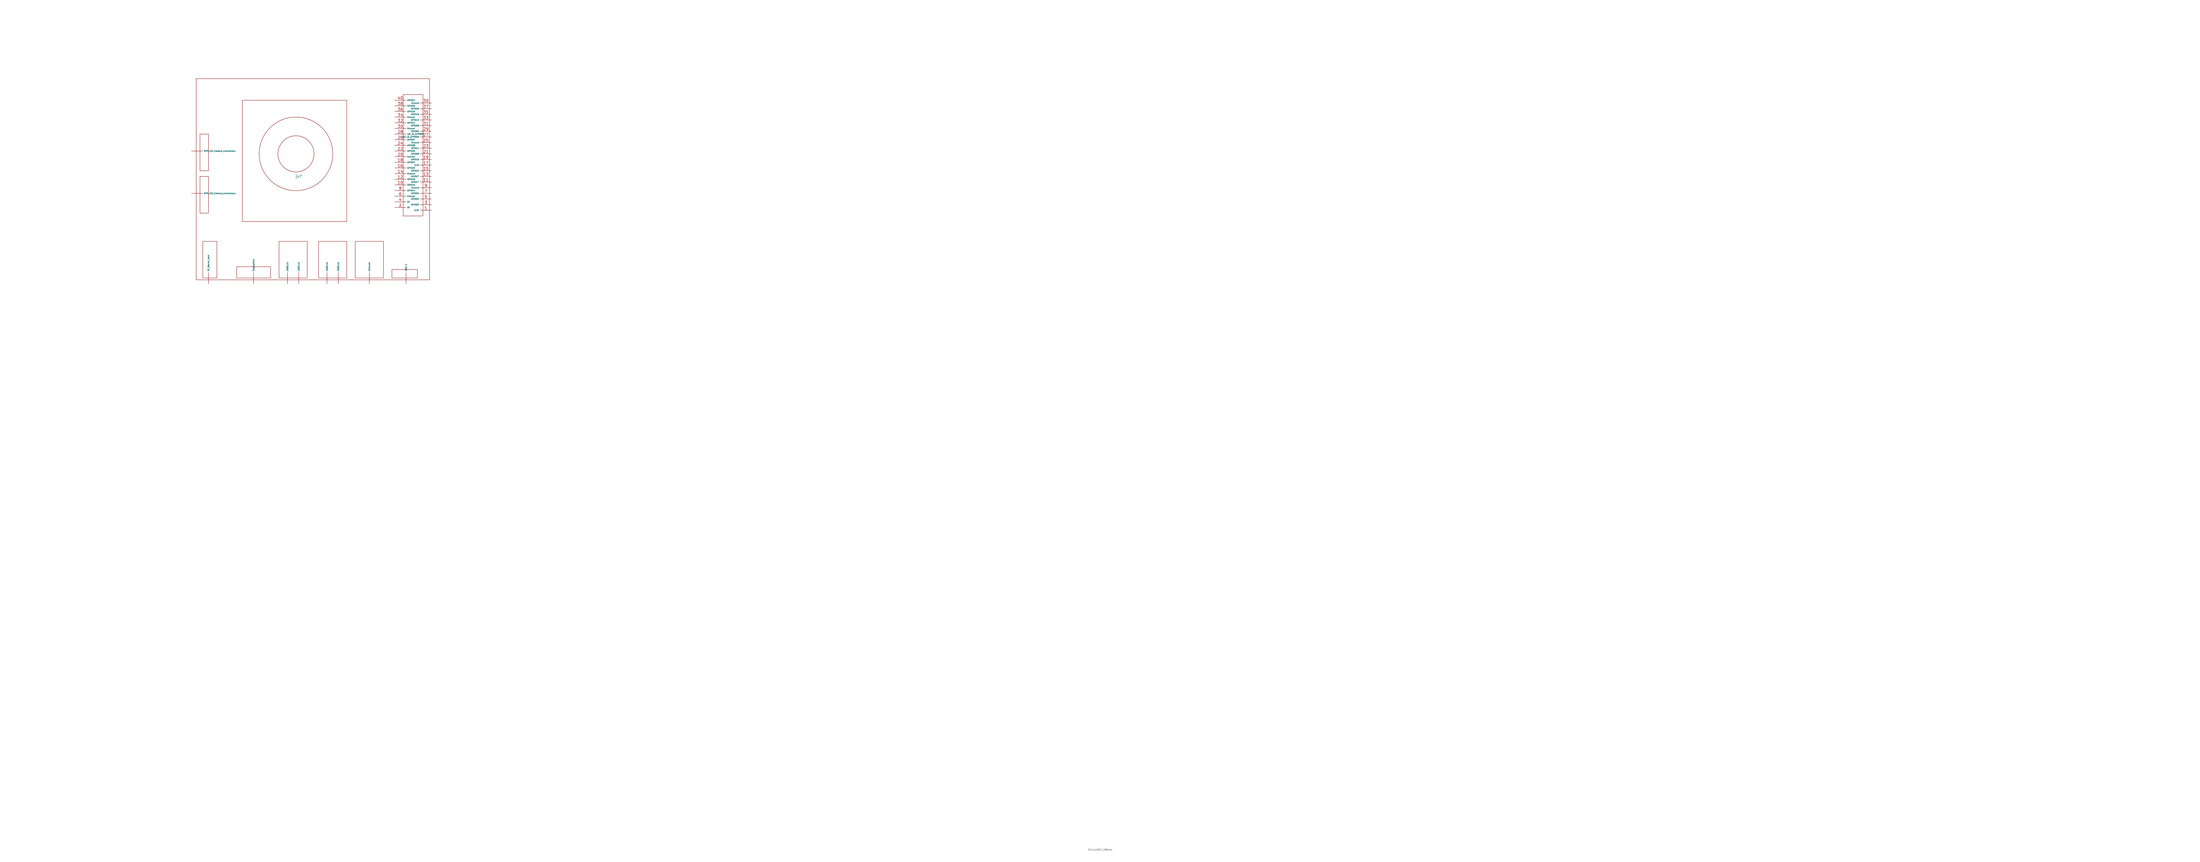
<source format=kicad_sym>
(kicad_symbol_lib
  (version 20241209)
  (generator "kicad_symbol_editor")
  (generator_version "9.0")
  (symbol "JetsonOrinNano"
    (property "Reference" "jn"
      (at 0 0 0)
      (effects (font (size 1.27 1.27))))
    (property "Value" ""
      (at 0 0 0)
      (effects (font (size 1.27 1.27))))
    (symbol "JetsonOrinNano_0_1"
      (rectangle (start -46.15 43.98) (end 58.85 -46.52) (stroke (width 0) (type default)) (fill (type none)))
      (rectangle (start -44.45 19.05) (end -40.64 2.54) (stroke (width 0) (type default)) (fill (type none)))
      (rectangle (start -44.45 0) (end -40.64 -16.51) (stroke (width 0) (type default)) (fill (type none)))
      (rectangle (start -43.18 -29.21) (end -36.83 -45.72) (stroke (width 0) (type default)) (fill (type none)))
      (rectangle (start -27.94 -40.64) (end -12.7 -45.72) (stroke (width 0) (type default)) (fill (type none)))
      (rectangle (start -25.4 34.29) (end 21.59 -20.32) (stroke (width 0) (type default)) (fill (type none)))
      (rectangle (start -8.89 -29.21) (end 3.81 -45.72) (stroke (width 0) (type default)) (fill (type none)))
      (circle (center -1.27 10.16) (radius 8.132) (stroke (width 0) (type default)) (fill (type none)))
      (circle (center -1.27 10.16) (radius 16.559) (stroke (width 0) (type default)) (fill (type none)))
      (rectangle (start 8.89 -29.21) (end 21.59 -45.72) (stroke (width 0) (type default)) (fill (type none)))
      (rectangle (start 25.4 -29.21) (end 38.1 -45.72) (stroke (width 0) (type default)) (fill (type none)))
      (rectangle (start 41.91 -41.91) (end 53.34 -45.72) (stroke (width 0) (type default)) (fill (type none)))
      (rectangle (start 46.99 36.83) (end 55.88 -17.78) (stroke (width 0) (type default)) (fill (type none)))
      (rectangle (start 769.62 -270.51) (end 769.62 -270.51) (stroke (width 0) (type default)) (fill (type none))))
    (symbol "JetsonOrinNano_1_1"
      (pin bidirectional line (at -48.26 11.43 0) (length 5) (name "MIPI_CSI_Camera_Connectors" (effects (font (size 0.65 0.65)))) (number "" (effects (font (size 1.27 1.27)))))
      (pin bidirectional line (at -48.26 -7.62 0) (length 5) (name "MIPI_CSI_Camera_Connectors" (effects (font (size 0.65 0.65)))) (number "" (effects (font (size 1.27 1.27)))))
      (pin bidirectional line (at -40.64 -48.26 90) (length 5) (name "DC_Barrel_Jack" (effects (font (size 0.65 0.65)))) (number "" (effects (font (size 1.27 1.27)))))
      (pin bidirectional line (at -20.32 -48.26 90) (length 5) (name "DisplayPort" (effects (font (size 0.65 0.65)))) (number "" (effects (font (size 1.27 1.27)))))
      (pin bidirectional line (at -5.08 -48.26 90) (length 5) (name "USB3.1A" (effects (font (size 0.65 0.65)))) (number "" (effects (font (size 1.27 1.27)))))
      (pin bidirectional line (at 0 -48.26 90) (length 5) (name "USB3.1A" (effects (font (size 0.65 0.65)))) (number "" (effects (font (size 1.27 1.27)))))
      (pin bidirectional line (at 12.7 -48.26 90) (length 5) (name "USB3.1A" (effects (font (size 0.65 0.65)))) (number "" (effects (font (size 1.27 1.27)))))
      (pin bidirectional line (at 17.78 -48.26 90) (length 5) (name "USB3.1A" (effects (font (size 0.65 0.65)))) (number "" (effects (font (size 1.27 1.27)))))
      (pin bidirectional line (at 31.75 -48.26 90) (length 5) (name "Ethernet" (effects (font (size 0.65 0.65)))) (number "" (effects (font (size 1.27 1.27)))))
      (pin bidirectional line (at 43.18 34.29 0) (length 5) (name "GPIO21" (effects (font (size 0.65 0.65)))) (number "40" (effects (font (size 1.27 1.27)))))
      (pin bidirectional line (at 43.18 31.75 0) (length 5) (name "GPIO20" (effects (font (size 0.65 0.65)))) (number "38" (effects (font (size 1.27 1.27)))))
      (pin bidirectional line (at 43.18 29.21 0) (length 5) (name "GPIO16" (effects (font (size 0.65 0.65)))) (number "36" (effects (font (size 1.27 1.27)))))
      (pin bidirectional line (at 43.18 26.67 0) (length 5) (name "Ground" (effects (font (size 0.65 0.65)))) (number "34" (effects (font (size 1.27 1.27)))))
      (pin bidirectional line (at 43.18 24.13 0) (length 5) (name "GPIO12" (effects (font (size 0.65 0.65)))) (number "32" (effects (font (size 1.27 1.27)))))
      (pin bidirectional line (at 43.18 21.59 0) (length 5) (name "Ground" (effects (font (size 0.65 0.65)))) (number "30" (effects (font (size 1.27 1.27)))))
      (pin bidirectional line (at 43.18 19.05 0) (length 5) (name "I2C_ID_EEPROM" (effects (font (size 0.65 0.65)))) (number "28" (effects (font (size 1.27 1.27)))))
      (pin bidirectional line (at 43.18 16.51 0) (length 5) (name "GPIO07" (effects (font (size 0.65 0.65)))) (number "26" (effects (font (size 1.27 1.27)))))
      (pin bidirectional line (at 43.18 13.97 0) (length 5) (name "GPIO08" (effects (font (size 0.65 0.65)))) (number "24" (effects (font (size 1.27 1.27)))))
      (pin bidirectional line (at 43.18 11.43 0) (length 5) (name "GPIO25" (effects (font (size 0.65 0.65)))) (number "22" (effects (font (size 1.27 1.27)))))
      (pin bidirectional line (at 43.18 8.89 0) (length 5) (name "Ground" (effects (font (size 0.65 0.65)))) (number "20" (effects (font (size 1.27 1.27)))))
      (pin bidirectional line (at 43.18 6.35 0) (length 5) (name "GPIO24" (effects (font (size 0.65 0.65)))) (number "18" (effects (font (size 1.27 1.27)))))
      (pin bidirectional line (at 43.18 3.81 0) (length 5) (name "GPIO23" (effects (font (size 0.65 0.65)))) (number "16" (effects (font (size 1.27 1.27)))))
      (pin bidirectional line (at 43.18 1.27 0) (length 5) (name "Ground" (effects (font (size 0.65 0.65)))) (number "14" (effects (font (size 1.27 1.27)))))
      (pin bidirectional line (at 43.18 -1.27 0) (length 5) (name "GPIO18" (effects (font (size 0.65 0.65)))) (number "12" (effects (font (size 1.27 1.27)))))
      (pin bidirectional line (at 43.18 -3.81 0) (length 5) (name "GPIO15" (effects (font (size 0.65 0.65)))) (number "10" (effects (font (size 1.27 1.27)))))
      (pin bidirectional line (at 43.18 -6.35 0) (length 5) (name "GPIO14" (effects (font (size 0.65 0.65)))) (number "8" (effects (font (size 1.27 1.27)))))
      (pin bidirectional line (at 43.18 -8.89 0) (length 5) (name "Ground" (effects (font (size 0.65 0.65)))) (number "6" (effects (font (size 1.27 1.27)))))
      (pin bidirectional line (at 43.18 -11.43 0) (length 5) (name "5V" (effects (font (size 0.65 0.65)))) (number "4" (effects (font (size 1.27 1.27)))))
      (pin bidirectional line (at 43.18 -13.97 0) (length 5) (name "5V" (effects (font (size 0.65 0.65)))) (number "2" (effects (font (size 1.27 1.27)))))
      (pin bidirectional line (at 48.26 -48.26 90) (length 5) (name "USB-C" (effects (font (size 0.65 0.65)))) (number "" (effects (font (size 1.27 1.27)))))
      (pin bidirectional line (at 59.69 33.02 180) (length 5) (name "Ground" (effects (font (size 0.65 0.65)))) (number "39" (effects (font (size 1.27 1.27)))))
      (pin bidirectional line (at 59.69 30.48 180) (length 5) (name "GPIO26" (effects (font (size 0.65 0.65)))) (number "37" (effects (font (size 1.27 1.27)))))
      (pin bidirectional line (at 59.69 27.94 180) (length 5) (name "GPIO19" (effects (font (size 0.65 0.65)))) (number "35" (effects (font (size 1.27 1.27)))))
      (pin bidirectional line (at 59.69 25.4 180) (length 5) (name "GPIO13" (effects (font (size 0.65 0.65)))) (number "33" (effects (font (size 1.27 1.27)))))
      (pin bidirectional line (at 59.69 22.86 180) (length 5) (name "GPIO06" (effects (font (size 0.65 0.65)))) (number "31" (effects (font (size 1.27 1.27)))))
      (pin bidirectional line (at 59.69 20.32 180) (length 5) (name "GPIO05" (effects (font (size 0.65 0.65)))) (number "29" (effects (font (size 1.27 1.27)))))
      (pin bidirectional line (at 59.69 17.78 180) (length 5) (name "I2C_ID_EEPROM" (effects (font (size 0.65 0.65)))) (number "27" (effects (font (size 1.27 1.27)))))
      (pin bidirectional line (at 59.69 15.24 180) (length 5) (name "Ground" (effects (font (size 0.65 0.65)))) (number "25" (effects (font (size 1.27 1.27)))))
      (pin bidirectional line (at 59.69 12.7 180) (length 5) (name "GPIO11" (effects (font (size 0.65 0.65)))) (number "23" (effects (font (size 1.27 1.27)))))
      (pin bidirectional line (at 59.69 10.16 180) (length 5) (name "GPIO09" (effects (font (size 0.65 0.65)))) (number "21" (effects (font (size 1.27 1.27)))))
      (pin bidirectional line (at 59.69 7.62 180) (length 5) (name "GPIO19" (effects (font (size 0.65 0.65)))) (number "19" (effects (font (size 1.27 1.27)))))
      (pin bidirectional line (at 59.69 5.08 180) (length 5) (name "3.3V" (effects (font (size 0.65 0.65)))) (number "17" (effects (font (size 1.27 1.27)))))
      (pin bidirectional line (at 59.69 2.54 180) (length 5) (name "GPIO22" (effects (font (size 0.65 0.65)))) (number "15" (effects (font (size 1.27 1.27)))))
      (pin bidirectional line (at 59.69 0 180) (length 5) (name "GPIO27" (effects (font (size 0.65 0.65)))) (number "13" (effects (font (size 1.27 1.27)))))
      (pin bidirectional line (at 59.69 -2.54 180) (length 5) (name "GPIO17" (effects (font (size 0.65 0.65)))) (number "11" (effects (font (size 1.27 1.27)))))
      (pin bidirectional line (at 59.69 -5.08 180) (length 5) (name "Ground" (effects (font (size 0.65 0.65)))) (number "9" (effects (font (size 1.27 1.27)))))
      (pin bidirectional line (at 59.69 -7.62 180) (length 5) (name "GPIO04" (effects (font (size 0.65 0.65)))) (number "7" (effects (font (size 1.27 1.27)))))
      (pin bidirectional line (at 59.69 -10.16 180) (length 5) (name "GPIO03" (effects (font (size 0.65 0.65)))) (number "5" (effects (font (size 1.27 1.27)))))
      (pin bidirectional line (at 59.69 -12.7 180) (length 5) (name "GPIO02" (effects (font (size 0.65 0.65)))) (number "3" (effects (font (size 1.27 1.27)))))
      (pin bidirectional line (at 59.69 -15.24 180) (length 5) (name "3.3V" (effects (font (size 0.65 0.65)))) (number "1" (effects (font (size 1.27 1.27))))))))
</source>
